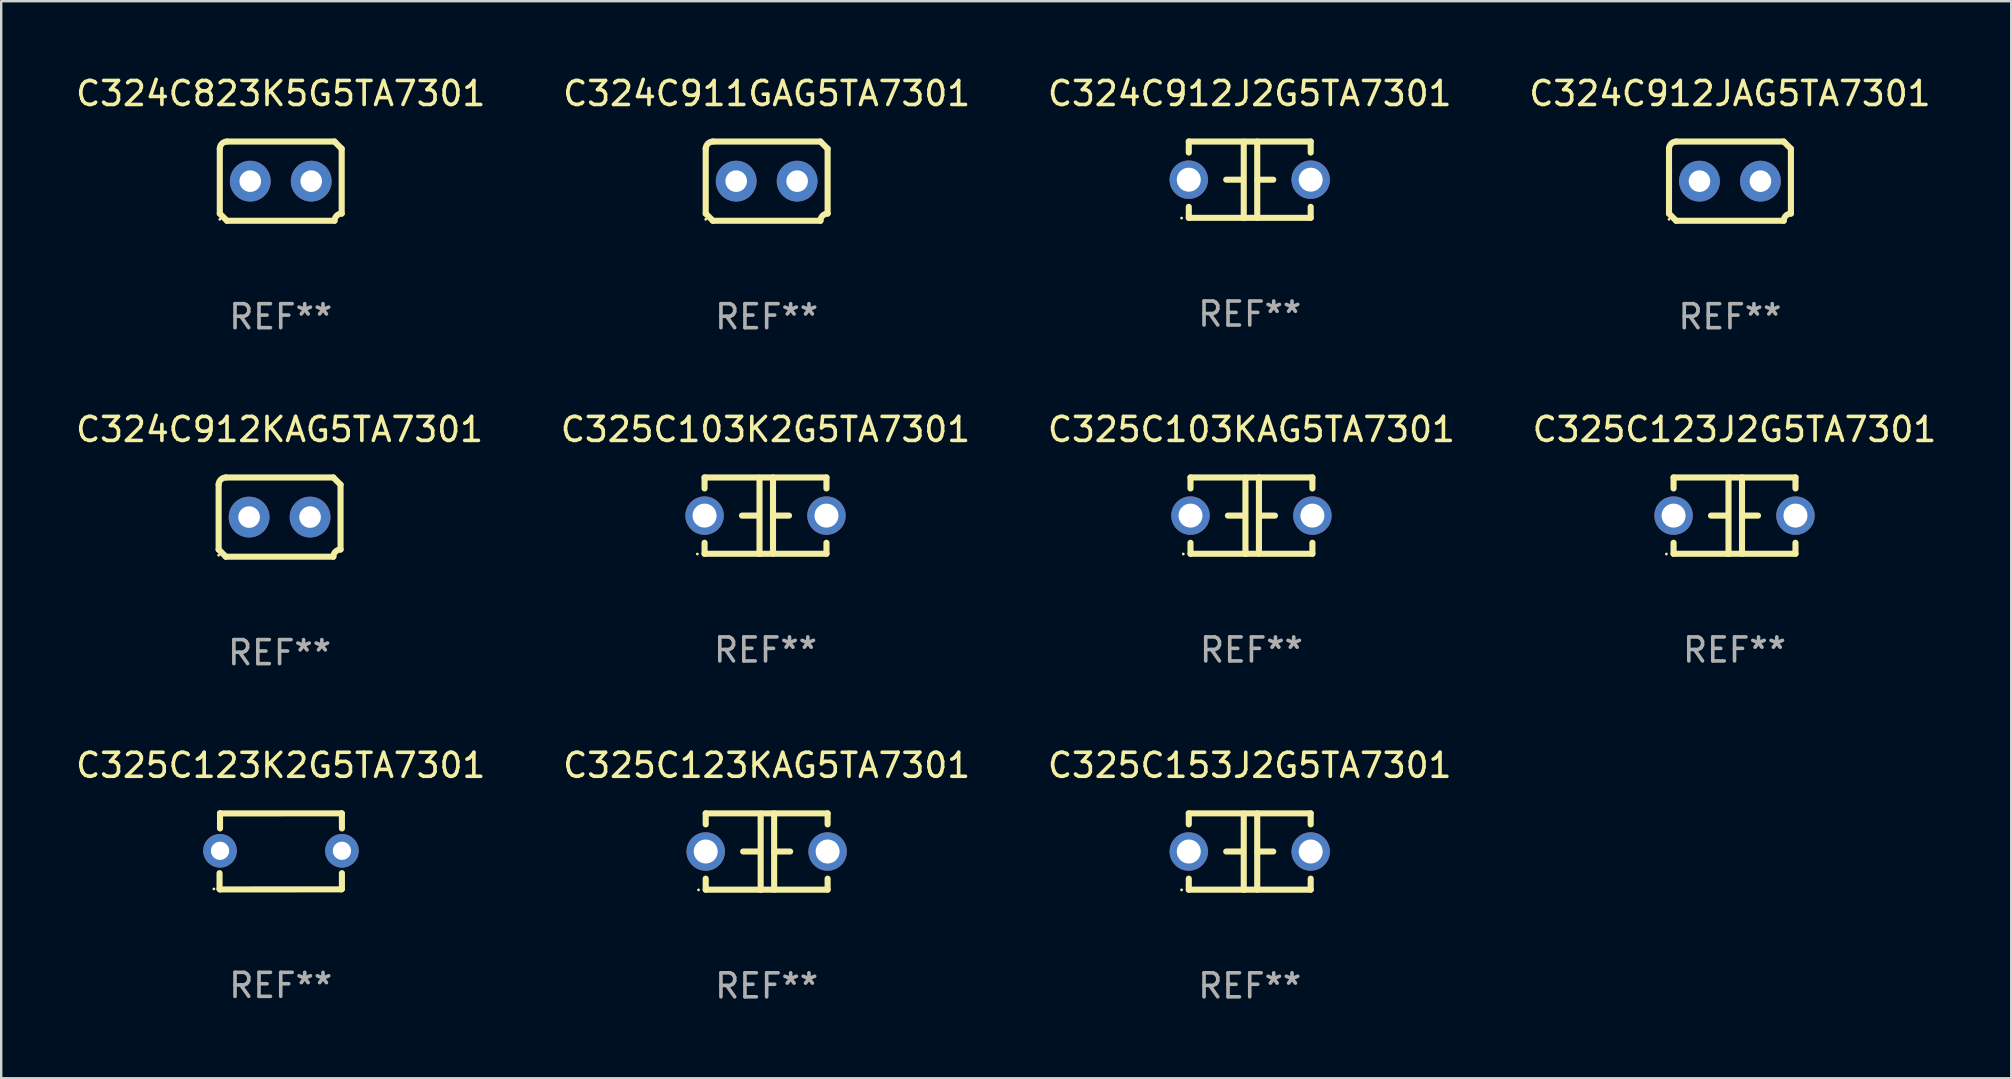
<source format=kicad_pcb>
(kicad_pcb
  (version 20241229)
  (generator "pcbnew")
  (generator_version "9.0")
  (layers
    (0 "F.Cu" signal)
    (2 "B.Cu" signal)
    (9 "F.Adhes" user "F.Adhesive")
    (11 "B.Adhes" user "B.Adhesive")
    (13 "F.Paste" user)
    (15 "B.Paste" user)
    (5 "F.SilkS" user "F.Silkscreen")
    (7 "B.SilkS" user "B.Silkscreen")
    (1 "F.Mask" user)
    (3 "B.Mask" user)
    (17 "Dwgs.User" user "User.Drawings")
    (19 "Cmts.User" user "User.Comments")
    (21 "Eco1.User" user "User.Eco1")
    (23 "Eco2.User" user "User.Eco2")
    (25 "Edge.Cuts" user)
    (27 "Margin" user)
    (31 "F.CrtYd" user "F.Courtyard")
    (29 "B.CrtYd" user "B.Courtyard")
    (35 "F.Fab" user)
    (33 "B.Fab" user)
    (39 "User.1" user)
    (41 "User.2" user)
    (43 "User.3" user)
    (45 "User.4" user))
  (footprint "C325C153J2G5TA7301"
    (layer "F.Cu")
    (at 49.03 32.44)
    (property "Reference" "C325C153J2G5TA7301" (at 0 -3.595 0) (layer "F.SilkS") (effects (font (size 1 1) (thickness 0.15))))
    (attr through_hole)
    (fp_line (start -2.54 -1.595) (end -2.54 -1.136) (stroke (width 0.254) (type solid)) (layer "F.SilkS"))
    (fp_line (start -2.54 -1.595) (end 2.54 -1.595) (stroke (width 0.254) (type solid)) (layer "F.SilkS"))
    (fp_line (start -2.54 1.126) (end -2.54 1.585) (stroke (width 0.254) (type solid)) (layer "F.SilkS"))
    (fp_line (start -0.312 -0.005) (end -0.98 -0.005) (stroke (width 0.254) (type solid)) (layer "F.SilkS"))
    (fp_line (start -0.25 -1.585) (end -0.25 1.595) (stroke (width 0.254) (type solid)) (layer "F.SilkS"))
    (fp_line (start 0.312 -1.595) (end 0.312 1.585) (stroke (width 0.254) (type solid)) (layer "F.SilkS"))
    (fp_line (start 0.312 -0.005) (end 0.98 -0.005) (stroke (width 0.254) (type solid)) (layer "F.SilkS"))
    (fp_line (start 2.54 -1.595) (end 2.54 -1.136) (stroke (width 0.254) (type solid)) (layer "F.SilkS"))
    (fp_line (start 2.54 1.126) (end 2.54 1.585) (stroke (width 0.254) (type solid)) (layer "F.SilkS"))
    (fp_line (start 2.54 1.585) (end -2.54 1.585) (stroke (width 0.254) (type solid)) (layer "F.SilkS"))
    (fp_circle (center -2.84 1.595) (end -2.81 1.595) (stroke (width 0.06) (type solid)) (fill no) (layer "F.SilkS"))
    (fp_text user "REF**" (at 0 5.595 0) (layer "F.Fab") (effects (font (size 1 1) (thickness 0.15))))
    (pad "1" thru_hole circle (at -2.54 -0.005) (size 1.6 1.6) (drill 1) (layers "*.Cu" "*.Mask"))
    (pad "2" thru_hole circle (at 2.54 -0.005) (size 1.6 1.6) (drill 1) (layers "*.Cu" "*.Mask")))
  (footprint "C324C911GAG5TA7301"
    (layer "F.Cu")
    (at 28.899 4.499)
    (property "Reference" "C324C911GAG5TA7301" (at 0 -3.651 0) (layer "F.SilkS") (effects (font (size 1 1) (thickness 0.15))))
    (attr through_hole)
    (fp_line (start -2.54 -1.351) (end -2.54 1.351) (stroke (width 0.254) (type solid)) (layer "F.SilkS"))
    (fp_line (start -2.24 -1.651) (end 2.24 -1.651) (stroke (width 0.254) (type solid)) (layer "F.SilkS"))
    (fp_line (start 2.24 1.651) (end -2.24 1.651) (stroke (width 0.254) (type solid)) (layer "F.SilkS"))
    (fp_line (start 2.54 1.351) (end 2.54 -1.351) (stroke (width 0.254) (type solid)) (layer "F.SilkS"))
    (fp_arc (start -2.540005 -1.351283) (mid -2.450115 -1.561309) (end -2.240005 -1.651003) (stroke (width 0.254001) (type solid)) (layer "F.SilkS"))
    (fp_arc (start -2.240287 1.651001) (mid -2.390163 1.501019) (end -2.540005 1.351003) (stroke (width 0.254001) (type solid)) (layer "F.SilkS"))
    (fp_arc (start 2.240005 1.651003) (mid 2.329934 1.441015) (end 2.540005 1.351282) (stroke (width 0.254001) (type solid)) (layer "F.SilkS"))
    (fp_arc (start 2.540005 -1.351003) (mid 2.389393 -1.500252) (end 2.240284 -1.651003) (stroke (width 0.254001) (type solid)) (layer "F.SilkS"))
    (fp_circle (center -2.54 1.59) (end -2.51 1.59) (stroke (width 0.06) (type solid)) (fill no) (layer "F.SilkS"))
    (fp_text user "REF**" (at 0 5.651 0) (layer "F.Fab") (effects (font (size 1 1) (thickness 0.15))))
    (pad "1" thru_hole circle (at -1.27 0) (size 1.7 1.7) (drill 0.9) (layers "*.Cu" "*.Mask"))
    (pad "2" thru_hole circle (at 1.27 0) (size 1.7 1.7) (drill 0.9) (layers "*.Cu" "*.Mask")))
  (footprint "C325C123KAG5TA7301"
    (layer "F.Cu")
    (at 28.899 32.44)
    (property "Reference" "C325C123KAG5TA7301" (at 0 -3.595 0) (layer "F.SilkS") (effects (font (size 1 1) (thickness 0.15))))
    (attr through_hole)
    (fp_line (start -2.54 -1.595) (end -2.54 -1.136) (stroke (width 0.254) (type solid)) (layer "F.SilkS"))
    (fp_line (start -2.54 -1.595) (end 2.54 -1.595) (stroke (width 0.254) (type solid)) (layer "F.SilkS"))
    (fp_line (start -2.54 1.126) (end -2.54 1.585) (stroke (width 0.254) (type solid)) (layer "F.SilkS"))
    (fp_line (start -0.312 -0.005) (end -0.98 -0.005) (stroke (width 0.254) (type solid)) (layer "F.SilkS"))
    (fp_line (start -0.25 -1.585) (end -0.25 1.595) (stroke (width 0.254) (type solid)) (layer "F.SilkS"))
    (fp_line (start 0.312 -1.595) (end 0.312 1.585) (stroke (width 0.254) (type solid)) (layer "F.SilkS"))
    (fp_line (start 0.312 -0.005) (end 0.98 -0.005) (stroke (width 0.254) (type solid)) (layer "F.SilkS"))
    (fp_line (start 2.54 -1.595) (end 2.54 -1.136) (stroke (width 0.254) (type solid)) (layer "F.SilkS"))
    (fp_line (start 2.54 1.126) (end 2.54 1.585) (stroke (width 0.254) (type solid)) (layer "F.SilkS"))
    (fp_line (start 2.54 1.585) (end -2.54 1.585) (stroke (width 0.254) (type solid)) (layer "F.SilkS"))
    (fp_circle (center -2.84 1.595) (end -2.81 1.595) (stroke (width 0.06) (type solid)) (fill no) (layer "F.SilkS"))
    (fp_text user "REF**" (at 0 5.595 0) (layer "F.Fab") (effects (font (size 1 1) (thickness 0.15))))
    (pad "1" thru_hole circle (at -2.54 -0.005) (size 1.6 1.6) (drill 1) (layers "*.Cu" "*.Mask"))
    (pad "2" thru_hole circle (at 2.54 -0.005) (size 1.6 1.6) (drill 1) (layers "*.Cu" "*.Mask")))
  (footprint "C325C103K2G5TA7301"
    (layer "F.Cu")
    (at 28.851 18.442)
    (property "Reference" "C325C103K2G5TA7301" (at 0 -3.595 0) (layer "F.SilkS") (effects (font (size 1 1) (thickness 0.15))))
    (attr through_hole)
    (fp_line (start -2.54 -1.595) (end -2.54 -1.136) (stroke (width 0.254) (type solid)) (layer "F.SilkS"))
    (fp_line (start -2.54 -1.595) (end 2.54 -1.595) (stroke (width 0.254) (type solid)) (layer "F.SilkS"))
    (fp_line (start -2.54 1.126) (end -2.54 1.585) (stroke (width 0.254) (type solid)) (layer "F.SilkS"))
    (fp_line (start -0.312 -0.005) (end -0.98 -0.005) (stroke (width 0.254) (type solid)) (layer "F.SilkS"))
    (fp_line (start -0.25 -1.585) (end -0.25 1.595) (stroke (width 0.254) (type solid)) (layer "F.SilkS"))
    (fp_line (start 0.312 -1.595) (end 0.312 1.585) (stroke (width 0.254) (type solid)) (layer "F.SilkS"))
    (fp_line (start 0.312 -0.005) (end 0.98 -0.005) (stroke (width 0.254) (type solid)) (layer "F.SilkS"))
    (fp_line (start 2.54 -1.595) (end 2.54 -1.136) (stroke (width 0.254) (type solid)) (layer "F.SilkS"))
    (fp_line (start 2.54 1.126) (end 2.54 1.585) (stroke (width 0.254) (type solid)) (layer "F.SilkS"))
    (fp_line (start 2.54 1.585) (end -2.54 1.585) (stroke (width 0.254) (type solid)) (layer "F.SilkS"))
    (fp_circle (center -2.84 1.595) (end -2.81 1.595) (stroke (width 0.06) (type solid)) (fill no) (layer "F.SilkS"))
    (fp_text user "REF**" (at 0 5.595 0) (layer "F.Fab") (effects (font (size 1 1) (thickness 0.15))))
    (pad "1" thru_hole circle (at -2.54 -0.005) (size 1.6 1.6) (drill 1) (layers "*.Cu" "*.Mask"))
    (pad "2" thru_hole circle (at 2.54 -0.005) (size 1.6 1.6) (drill 1) (layers "*.Cu" "*.Mask")))
  (footprint "C324C823K5G5TA7301"
    (layer "F.Cu")
    (at 8.649 4.499)
    (property "Reference" "C324C823K5G5TA7301" (at 0 -3.651 0) (layer "F.SilkS") (effects (font (size 1 1) (thickness 0.15))))
    (attr through_hole)
    (fp_line (start -2.54 -1.351) (end -2.54 1.351) (stroke (width 0.254) (type solid)) (layer "F.SilkS"))
    (fp_line (start -2.24 -1.651) (end 2.24 -1.651) (stroke (width 0.254) (type solid)) (layer "F.SilkS"))
    (fp_line (start 2.24 1.651) (end -2.24 1.651) (stroke (width 0.254) (type solid)) (layer "F.SilkS"))
    (fp_line (start 2.54 1.351) (end 2.54 -1.351) (stroke (width 0.254) (type solid)) (layer "F.SilkS"))
    (fp_arc (start -2.540005 -1.351283) (mid -2.450115 -1.561309) (end -2.240005 -1.651003) (stroke (width 0.254001) (type solid)) (layer "F.SilkS"))
    (fp_arc (start -2.240287 1.651001) (mid -2.390163 1.501019) (end -2.540005 1.351003) (stroke (width 0.254001) (type solid)) (layer "F.SilkS"))
    (fp_arc (start 2.240005 1.651003) (mid 2.329934 1.441015) (end 2.540005 1.351282) (stroke (width 0.254001) (type solid)) (layer "F.SilkS"))
    (fp_arc (start 2.540005 -1.351003) (mid 2.389393 -1.500252) (end 2.240284 -1.651003) (stroke (width 0.254001) (type solid)) (layer "F.SilkS"))
    (fp_circle (center -2.54 1.59) (end -2.51 1.59) (stroke (width 0.06) (type solid)) (fill no) (layer "F.SilkS"))
    (fp_text user "REF**" (at 0 5.651 0) (layer "F.Fab") (effects (font (size 1 1) (thickness 0.15))))
    (pad "1" thru_hole circle (at -1.27 0) (size 1.7 1.7) (drill 0.9) (layers "*.Cu" "*.Mask"))
    (pad "2" thru_hole circle (at 1.27 0) (size 1.7 1.7) (drill 0.9) (layers "*.Cu" "*.Mask")))
  (footprint "C325C103KAG5TA7301"
    (layer "F.Cu")
    (at 49.101 18.442)
    (property "Reference" "C325C103KAG5TA7301" (at 0 -3.595 0) (layer "F.SilkS") (effects (font (size 1 1) (thickness 0.15))))
    (attr through_hole)
    (fp_line (start -2.54 -1.595) (end -2.54 -1.136) (stroke (width 0.254) (type solid)) (layer "F.SilkS"))
    (fp_line (start -2.54 -1.595) (end 2.54 -1.595) (stroke (width 0.254) (type solid)) (layer "F.SilkS"))
    (fp_line (start -2.54 1.126) (end -2.54 1.585) (stroke (width 0.254) (type solid)) (layer "F.SilkS"))
    (fp_line (start -0.312 -0.005) (end -0.98 -0.005) (stroke (width 0.254) (type solid)) (layer "F.SilkS"))
    (fp_line (start -0.25 -1.585) (end -0.25 1.595) (stroke (width 0.254) (type solid)) (layer "F.SilkS"))
    (fp_line (start 0.312 -1.595) (end 0.312 1.585) (stroke (width 0.254) (type solid)) (layer "F.SilkS"))
    (fp_line (start 0.312 -0.005) (end 0.98 -0.005) (stroke (width 0.254) (type solid)) (layer "F.SilkS"))
    (fp_line (start 2.54 -1.595) (end 2.54 -1.136) (stroke (width 0.254) (type solid)) (layer "F.SilkS"))
    (fp_line (start 2.54 1.126) (end 2.54 1.585) (stroke (width 0.254) (type solid)) (layer "F.SilkS"))
    (fp_line (start 2.54 1.585) (end -2.54 1.585) (stroke (width 0.254) (type solid)) (layer "F.SilkS"))
    (fp_circle (center -2.84 1.595) (end -2.81 1.595) (stroke (width 0.06) (type solid)) (fill no) (layer "F.SilkS"))
    (fp_text user "REF**" (at 0 5.595 0) (layer "F.Fab") (effects (font (size 1 1) (thickness 0.15))))
    (pad "1" thru_hole circle (at -2.54 -0.005) (size 1.6 1.6) (drill 1) (layers "*.Cu" "*.Mask"))
    (pad "2" thru_hole circle (at 2.54 -0.005) (size 1.6 1.6) (drill 1) (layers "*.Cu" "*.Mask")))
  (footprint "C324C912KAG5TA7301"
    (layer "F.Cu")
    (at 8.601 18.498)
    (property "Reference" "C324C912KAG5TA7301" (at 0 -3.651 0) (layer "F.SilkS") (effects (font (size 1 1) (thickness 0.15))))
    (attr through_hole)
    (fp_line (start -2.54 -1.351) (end -2.54 1.351) (stroke (width 0.254) (type solid)) (layer "F.SilkS"))
    (fp_line (start -2.24 -1.651) (end 2.24 -1.651) (stroke (width 0.254) (type solid)) (layer "F.SilkS"))
    (fp_line (start 2.24 1.651) (end -2.24 1.651) (stroke (width 0.254) (type solid)) (layer "F.SilkS"))
    (fp_line (start 2.54 1.351) (end 2.54 -1.351) (stroke (width 0.254) (type solid)) (layer "F.SilkS"))
    (fp_arc (start -2.540005 -1.351283) (mid -2.450115 -1.561309) (end -2.240005 -1.651003) (stroke (width 0.254001) (type solid)) (layer "F.SilkS"))
    (fp_arc (start -2.240287 1.651001) (mid -2.390163 1.501019) (end -2.540005 1.351003) (stroke (width 0.254001) (type solid)) (layer "F.SilkS"))
    (fp_arc (start 2.240005 1.651003) (mid 2.329934 1.441015) (end 2.540005 1.351282) (stroke (width 0.254001) (type solid)) (layer "F.SilkS"))
    (fp_arc (start 2.540005 -1.351003) (mid 2.389393 -1.500252) (end 2.240284 -1.651003) (stroke (width 0.254001) (type solid)) (layer "F.SilkS"))
    (fp_circle (center -2.54 1.59) (end -2.51 1.59) (stroke (width 0.06) (type solid)) (fill no) (layer "F.SilkS"))
    (fp_text user "REF**" (at 0 5.651 0) (layer "F.Fab") (effects (font (size 1 1) (thickness 0.15))))
    (pad "1" thru_hole circle (at -1.27 0) (size 1.7 1.7) (drill 0.9) (layers "*.Cu" "*.Mask"))
    (pad "2" thru_hole circle (at 1.27 0) (size 1.7 1.7) (drill 0.9) (layers "*.Cu" "*.Mask")))
  (footprint "C325C123K2G5TA7301"
    (layer "F.Cu")
    (at 8.649 32.43)
    (property "Reference" "C325C123K2G5TA7301" (at 0 -3.585 0) (layer "F.SilkS") (effects (font (size 1 1) (thickness 0.15))))
    (attr through_hole)
    (fp_line (start -2.55 1.566) (end -2.55 0.906) (stroke (width 0.254) (type solid)) (layer "F.SilkS"))
    (fp_line (start -2.531 1.585) (end -2.55 1.566) (stroke (width 0.254) (type solid)) (layer "F.SilkS"))
    (fp_line (start -2.53 -1.577) (end -2.53 -1.577) (stroke (width 0.254) (type solid)) (layer "F.SilkS"))
    (fp_line (start -2.53 -1.577) (end -2.528 -1.583) (stroke (width 0.254) (type solid)) (layer "F.SilkS"))
    (fp_line (start -2.53 -0.957) (end -2.53 -1.577) (stroke (width 0.254) (type solid)) (layer "F.SilkS"))
    (fp_line (start -2.528 -1.583) (end 2.54 -1.585) (stroke (width 0.254) (type solid)) (layer "F.SilkS"))
    (fp_line (start 2.524 1.582) (end -2.531 1.585) (stroke (width 0.254) (type solid)) (layer "F.SilkS"))
    (fp_line (start 2.54 -1.585) (end 2.548 -1.575) (stroke (width 0.254) (type solid)) (layer "F.SilkS"))
    (fp_line (start 2.548 -1.575) (end 2.55 -0.957) (stroke (width 0.254) (type solid)) (layer "F.SilkS"))
    (fp_line (start 2.549 0.906) (end 2.549 1.566) (stroke (width 0.254) (type solid)) (layer "F.SilkS"))
    (fp_line (start 2.549 1.566) (end 2.524 1.582) (stroke (width 0.254) (type solid)) (layer "F.SilkS"))
    (fp_circle (center -2.785 1.565) (end -2.755 1.565) (stroke (width 0.06) (type solid)) (fill no) (layer "F.SilkS"))
    (fp_text user "REF**" (at 0 5.585 0) (layer "F.Fab") (effects (font (size 1 1) (thickness 0.15))))
    (pad "1" thru_hole circle (at -2.53 -0.025) (size 1.4 1.4) (drill 0.76) (layers "*.Cu" "*.Mask"))
    (pad "2" thru_hole circle (at 2.55 -0.025) (size 1.4 1.4) (drill 0.76) (layers "*.Cu" "*.Mask")))
  (footprint "C324C912JAG5TA7301"
    (layer "F.Cu")
    (at 69.042 4.499)
    (property "Reference" "C324C912JAG5TA7301" (at 0 -3.651 0) (layer "F.SilkS") (effects (font (size 1 1) (thickness 0.15))))
    (attr through_hole)
    (fp_line (start -2.54 -1.351) (end -2.54 1.351) (stroke (width 0.254) (type solid)) (layer "F.SilkS"))
    (fp_line (start -2.24 -1.651) (end 2.24 -1.651) (stroke (width 0.254) (type solid)) (layer "F.SilkS"))
    (fp_line (start 2.24 1.651) (end -2.24 1.651) (stroke (width 0.254) (type solid)) (layer "F.SilkS"))
    (fp_line (start 2.54 1.351) (end 2.54 -1.351) (stroke (width 0.254) (type solid)) (layer "F.SilkS"))
    (fp_arc (start -2.540005 -1.351283) (mid -2.450115 -1.561309) (end -2.240005 -1.651003) (stroke (width 0.254001) (type solid)) (layer "F.SilkS"))
    (fp_arc (start -2.240287 1.651001) (mid -2.390163 1.501019) (end -2.540005 1.351003) (stroke (width 0.254001) (type solid)) (layer "F.SilkS"))
    (fp_arc (start 2.240005 1.651003) (mid 2.329934 1.441015) (end 2.540005 1.351282) (stroke (width 0.254001) (type solid)) (layer "F.SilkS"))
    (fp_arc (start 2.540005 -1.351003) (mid 2.389393 -1.500252) (end 2.240284 -1.651003) (stroke (width 0.254001) (type solid)) (layer "F.SilkS"))
    (fp_circle (center -2.54 1.59) (end -2.51 1.59) (stroke (width 0.06) (type solid)) (fill no) (layer "F.SilkS"))
    (fp_text user "REF**" (at 0 5.651 0) (layer "F.Fab") (effects (font (size 1 1) (thickness 0.15))))
    (pad "1" thru_hole circle (at -1.27 0) (size 1.7 1.7) (drill 0.9) (layers "*.Cu" "*.Mask"))
    (pad "2" thru_hole circle (at 1.27 0) (size 1.7 1.7) (drill 0.9) (layers "*.Cu" "*.Mask")))
  (footprint "C325C123J2G5TA7301"
    (layer "F.Cu")
    (at 69.232 18.442)
    (property "Reference" "C325C123J2G5TA7301" (at 0 -3.595 0) (layer "F.SilkS") (effects (font (size 1 1) (thickness 0.15))))
    (attr through_hole)
    (fp_line (start -2.54 -1.595) (end -2.54 -1.136) (stroke (width 0.254) (type solid)) (layer "F.SilkS"))
    (fp_line (start -2.54 -1.595) (end 2.54 -1.595) (stroke (width 0.254) (type solid)) (layer "F.SilkS"))
    (fp_line (start -2.54 1.126) (end -2.54 1.585) (stroke (width 0.254) (type solid)) (layer "F.SilkS"))
    (fp_line (start -0.312 -0.005) (end -0.98 -0.005) (stroke (width 0.254) (type solid)) (layer "F.SilkS"))
    (fp_line (start -0.25 -1.585) (end -0.25 1.595) (stroke (width 0.254) (type solid)) (layer "F.SilkS"))
    (fp_line (start 0.312 -1.595) (end 0.312 1.585) (stroke (width 0.254) (type solid)) (layer "F.SilkS"))
    (fp_line (start 0.312 -0.005) (end 0.98 -0.005) (stroke (width 0.254) (type solid)) (layer "F.SilkS"))
    (fp_line (start 2.54 -1.595) (end 2.54 -1.136) (stroke (width 0.254) (type solid)) (layer "F.SilkS"))
    (fp_line (start 2.54 1.126) (end 2.54 1.585) (stroke (width 0.254) (type solid)) (layer "F.SilkS"))
    (fp_line (start 2.54 1.585) (end -2.54 1.585) (stroke (width 0.254) (type solid)) (layer "F.SilkS"))
    (fp_circle (center -2.84 1.595) (end -2.81 1.595) (stroke (width 0.06) (type solid)) (fill no) (layer "F.SilkS"))
    (fp_text user "REF**" (at 0 5.595 0) (layer "F.Fab") (effects (font (size 1 1) (thickness 0.15))))
    (pad "1" thru_hole circle (at -2.54 -0.005) (size 1.6 1.6) (drill 1) (layers "*.Cu" "*.Mask"))
    (pad "2" thru_hole circle (at 2.54 -0.005) (size 1.6 1.6) (drill 1) (layers "*.Cu" "*.Mask")))
  (footprint "C324C912J2G5TA7301"
    (layer "F.Cu")
    (at 49.03 4.443)
    (property "Reference" "C324C912J2G5TA7301" (at 0 -3.595 0) (layer "F.SilkS") (effects (font (size 1 1) (thickness 0.15))))
    (attr through_hole)
    (fp_line (start -2.54 -1.595) (end -2.54 -1.136) (stroke (width 0.254) (type solid)) (layer "F.SilkS"))
    (fp_line (start -2.54 -1.595) (end 2.54 -1.595) (stroke (width 0.254) (type solid)) (layer "F.SilkS"))
    (fp_line (start -2.54 1.126) (end -2.54 1.585) (stroke (width 0.254) (type solid)) (layer "F.SilkS"))
    (fp_line (start -0.312 -0.005) (end -0.98 -0.005) (stroke (width 0.254) (type solid)) (layer "F.SilkS"))
    (fp_line (start -0.25 -1.585) (end -0.25 1.595) (stroke (width 0.254) (type solid)) (layer "F.SilkS"))
    (fp_line (start 0.312 -1.595) (end 0.312 1.585) (stroke (width 0.254) (type solid)) (layer "F.SilkS"))
    (fp_line (start 0.312 -0.005) (end 0.98 -0.005) (stroke (width 0.254) (type solid)) (layer "F.SilkS"))
    (fp_line (start 2.54 -1.595) (end 2.54 -1.136) (stroke (width 0.254) (type solid)) (layer "F.SilkS"))
    (fp_line (start 2.54 1.126) (end 2.54 1.585) (stroke (width 0.254) (type solid)) (layer "F.SilkS"))
    (fp_line (start 2.54 1.585) (end -2.54 1.585) (stroke (width 0.254) (type solid)) (layer "F.SilkS"))
    (fp_circle (center -2.84 1.595) (end -2.81 1.595) (stroke (width 0.06) (type solid)) (fill no) (layer "F.SilkS"))
    (fp_text user "REF**" (at 0 5.595 0) (layer "F.Fab") (effects (font (size 1 1) (thickness 0.15))))
    (pad "1" thru_hole circle (at -2.54 -0.005) (size 1.6 1.6) (drill 1) (layers "*.Cu" "*.Mask"))
    (pad "2" thru_hole circle (at 2.54 -0.005) (size 1.6 1.6) (drill 1) (layers "*.Cu" "*.Mask")))
  (gr_rect
    (start -3 -3)
    (end 80.762 41.883)
    (stroke (width 0.1) (type default))
    (fill no)
    (layer "Edge.Cuts")))
</source>
